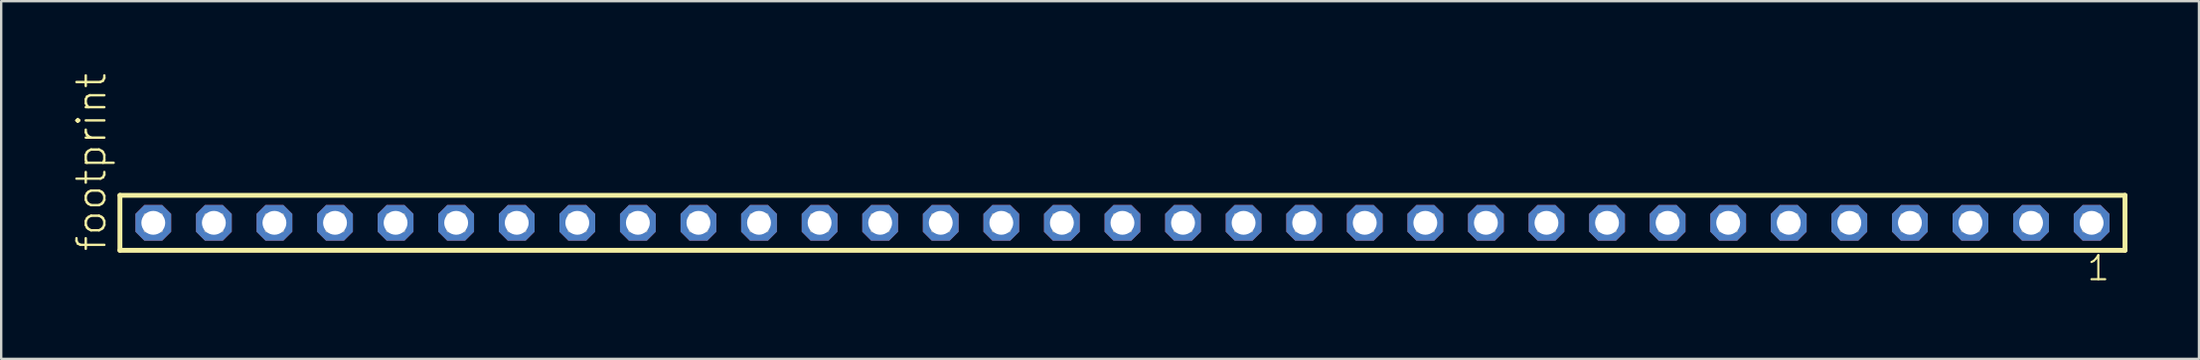
<source format=kicad_pcb>
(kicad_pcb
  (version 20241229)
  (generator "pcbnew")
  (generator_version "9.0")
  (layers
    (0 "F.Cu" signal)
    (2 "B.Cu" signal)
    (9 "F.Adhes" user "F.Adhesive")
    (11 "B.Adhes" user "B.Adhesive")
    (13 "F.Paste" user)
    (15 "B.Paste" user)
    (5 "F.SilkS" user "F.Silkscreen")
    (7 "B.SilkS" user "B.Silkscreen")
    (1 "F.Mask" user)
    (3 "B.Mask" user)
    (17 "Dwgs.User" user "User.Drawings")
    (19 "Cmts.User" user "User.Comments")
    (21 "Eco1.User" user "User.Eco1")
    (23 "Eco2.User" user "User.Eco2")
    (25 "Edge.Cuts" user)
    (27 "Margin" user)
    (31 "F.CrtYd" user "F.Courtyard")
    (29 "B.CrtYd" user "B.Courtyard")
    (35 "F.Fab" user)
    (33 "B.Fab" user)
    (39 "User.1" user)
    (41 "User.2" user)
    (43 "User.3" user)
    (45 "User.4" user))
  (footprint "footprint"
    (layer "F.Cu")
    (at 44.018 6.312)
    (property "Reference" "footprint" (at -42.545 1.27 90) (layer "F.SilkS") (effects (font (size 1.168 1.168) (thickness 0.102)) (justify left bottom)))
    (fp_line (start -42.039 -1.155) (end 42.039 -1.155) (stroke (width 0.203) (type solid)) (layer "F.SilkS"))
    (fp_line (start -42.039 1.155) (end -42.039 -1.155) (stroke (width 0.203) (type solid)) (layer "F.SilkS"))
    (fp_line (start 42.039 -1.155) (end 42.039 1.155) (stroke (width 0.203) (type solid)) (layer "F.SilkS"))
    (fp_line (start 42.039 1.155) (end -42.039 1.155) (stroke (width 0.203) (type solid)) (layer "F.SilkS"))
    (fp_poly (pts (xy -40.99 0.35) (xy -40.29 0.35) (xy -40.29 -0.35) (xy -40.99 -0.35)) (stroke (width 0.1) (type solid)) (fill no) (layer "F.Fab"))
    (fp_poly (pts (xy -38.45 0.35) (xy -37.75 0.35) (xy -37.75 -0.35) (xy -38.45 -0.35)) (stroke (width 0.1) (type solid)) (fill no) (layer "F.Fab"))
    (fp_poly (pts (xy -35.91 0.35) (xy -35.21 0.35) (xy -35.21 -0.35) (xy -35.91 -0.35)) (stroke (width 0.1) (type solid)) (fill no) (layer "F.Fab"))
    (fp_poly (pts (xy -33.37 0.35) (xy -32.67 0.35) (xy -32.67 -0.35) (xy -33.37 -0.35)) (stroke (width 0.1) (type solid)) (fill no) (layer "F.Fab"))
    (fp_poly (pts (xy -30.83 0.35) (xy -30.13 0.35) (xy -30.13 -0.35) (xy -30.83 -0.35)) (stroke (width 0.1) (type solid)) (fill no) (layer "F.Fab"))
    (fp_poly (pts (xy -28.29 0.35) (xy -27.59 0.35) (xy -27.59 -0.35) (xy -28.29 -0.35)) (stroke (width 0.1) (type solid)) (fill no) (layer "F.Fab"))
    (fp_poly (pts (xy -25.75 0.35) (xy -25.05 0.35) (xy -25.05 -0.35) (xy -25.75 -0.35)) (stroke (width 0.1) (type solid)) (fill no) (layer "F.Fab"))
    (fp_poly (pts (xy -23.21 0.35) (xy -22.51 0.35) (xy -22.51 -0.35) (xy -23.21 -0.35)) (stroke (width 0.1) (type solid)) (fill no) (layer "F.Fab"))
    (fp_poly (pts (xy -20.67 0.35) (xy -19.97 0.35) (xy -19.97 -0.35) (xy -20.67 -0.35)) (stroke (width 0.1) (type solid)) (fill no) (layer "F.Fab"))
    (fp_poly (pts (xy -18.13 0.35) (xy -17.43 0.35) (xy -17.43 -0.35) (xy -18.13 -0.35)) (stroke (width 0.1) (type solid)) (fill no) (layer "F.Fab"))
    (fp_poly (pts (xy -15.59 0.35) (xy -14.89 0.35) (xy -14.89 -0.35) (xy -15.59 -0.35)) (stroke (width 0.1) (type solid)) (fill no) (layer "F.Fab"))
    (fp_poly (pts (xy -13.05 0.35) (xy -12.35 0.35) (xy -12.35 -0.35) (xy -13.05 -0.35)) (stroke (width 0.1) (type solid)) (fill no) (layer "F.Fab"))
    (fp_poly (pts (xy -10.51 0.35) (xy -9.81 0.35) (xy -9.81 -0.35) (xy -10.51 -0.35)) (stroke (width 0.1) (type solid)) (fill no) (layer "F.Fab"))
    (fp_poly (pts (xy -7.97 0.35) (xy -7.27 0.35) (xy -7.27 -0.35) (xy -7.97 -0.35)) (stroke (width 0.1) (type solid)) (fill no) (layer "F.Fab"))
    (fp_poly (pts (xy -5.43 0.35) (xy -4.73 0.35) (xy -4.73 -0.35) (xy -5.43 -0.35)) (stroke (width 0.1) (type solid)) (fill no) (layer "F.Fab"))
    (fp_poly (pts (xy -2.89 0.35) (xy -2.19 0.35) (xy -2.19 -0.35) (xy -2.89 -0.35)) (stroke (width 0.1) (type solid)) (fill no) (layer "F.Fab"))
    (fp_poly (pts (xy -0.35 0.35) (xy 0.35 0.35) (xy 0.35 -0.35) (xy -0.35 -0.35)) (stroke (width 0.1) (type solid)) (fill no) (layer "F.Fab"))
    (fp_poly (pts (xy 2.19 0.35) (xy 2.89 0.35) (xy 2.89 -0.35) (xy 2.19 -0.35)) (stroke (width 0.1) (type solid)) (fill no) (layer "F.Fab"))
    (fp_poly (pts (xy 4.73 0.35) (xy 5.43 0.35) (xy 5.43 -0.35) (xy 4.73 -0.35)) (stroke (width 0.1) (type solid)) (fill no) (layer "F.Fab"))
    (fp_poly (pts (xy 7.27 0.35) (xy 7.97 0.35) (xy 7.97 -0.35) (xy 7.27 -0.35)) (stroke (width 0.1) (type solid)) (fill no) (layer "F.Fab"))
    (fp_poly (pts (xy 9.81 0.35) (xy 10.51 0.35) (xy 10.51 -0.35) (xy 9.81 -0.35)) (stroke (width 0.1) (type solid)) (fill no) (layer "F.Fab"))
    (fp_poly (pts (xy 12.35 0.35) (xy 13.05 0.35) (xy 13.05 -0.35) (xy 12.35 -0.35)) (stroke (width 0.1) (type solid)) (fill no) (layer "F.Fab"))
    (fp_poly (pts (xy 14.89 0.35) (xy 15.59 0.35) (xy 15.59 -0.35) (xy 14.89 -0.35)) (stroke (width 0.1) (type solid)) (fill no) (layer "F.Fab"))
    (fp_poly (pts (xy 17.43 0.35) (xy 18.13 0.35) (xy 18.13 -0.35) (xy 17.43 -0.35)) (stroke (width 0.1) (type solid)) (fill no) (layer "F.Fab"))
    (fp_poly (pts (xy 19.97 0.35) (xy 20.67 0.35) (xy 20.67 -0.35) (xy 19.97 -0.35)) (stroke (width 0.1) (type solid)) (fill no) (layer "F.Fab"))
    (fp_poly (pts (xy 22.51 0.35) (xy 23.21 0.35) (xy 23.21 -0.35) (xy 22.51 -0.35)) (stroke (width 0.1) (type solid)) (fill no) (layer "F.Fab"))
    (fp_poly (pts (xy 25.05 0.35) (xy 25.75 0.35) (xy 25.75 -0.35) (xy 25.05 -0.35)) (stroke (width 0.1) (type solid)) (fill no) (layer "F.Fab"))
    (fp_poly (pts (xy 27.59 0.35) (xy 28.29 0.35) (xy 28.29 -0.35) (xy 27.59 -0.35)) (stroke (width 0.1) (type solid)) (fill no) (layer "F.Fab"))
    (fp_poly (pts (xy 30.13 0.35) (xy 30.83 0.35) (xy 30.83 -0.35) (xy 30.13 -0.35)) (stroke (width 0.1) (type solid)) (fill no) (layer "F.Fab"))
    (fp_poly (pts (xy 32.67 0.35) (xy 33.37 0.35) (xy 33.37 -0.35) (xy 32.67 -0.35)) (stroke (width 0.1) (type solid)) (fill no) (layer "F.Fab"))
    (fp_poly (pts (xy 35.21 0.35) (xy 35.91 0.35) (xy 35.91 -0.35) (xy 35.21 -0.35)) (stroke (width 0.1) (type solid)) (fill no) (layer "F.Fab"))
    (fp_poly (pts (xy 37.75 0.35) (xy 38.45 0.35) (xy 38.45 -0.35) (xy 37.75 -0.35)) (stroke (width 0.1) (type solid)) (fill no) (layer "F.Fab"))
    (fp_poly (pts (xy 40.29 0.35) (xy 40.99 0.35) (xy 40.99 -0.35) (xy 40.29 -0.35)) (stroke (width 0.1) (type solid)) (fill no) (layer "F.Fab"))
    (fp_text user "1" (at 40.382 2.498 0) (layer "F.SilkS") (effects (font (size 1.012 1.012) (thickness 0.088)) (justify left bottom)))
    (pad "1" thru_hole roundrect (at 40.64 0 180) (size 1.5 1.5) (drill 1) (layers "*.Cu" "*.Mask") (roundrect_rratio 0.25) (chamfer_ratio 0.25) (chamfer top_left top_right bottom_left bottom_right))
    (pad "2" thru_hole roundrect (at 38.1 0 180) (size 1.5 1.5) (drill 1) (layers "*.Cu" "*.Mask") (roundrect_rratio 0.25) (chamfer_ratio 0.25) (chamfer top_left top_right bottom_left bottom_right))
    (pad "3" thru_hole roundrect (at 35.56 0 180) (size 1.5 1.5) (drill 1) (layers "*.Cu" "*.Mask") (roundrect_rratio 0.25) (chamfer_ratio 0.25) (chamfer top_left top_right bottom_left bottom_right))
    (pad "4" thru_hole roundrect (at 33.02 0 180) (size 1.5 1.5) (drill 1) (layers "*.Cu" "*.Mask") (roundrect_rratio 0.25) (chamfer_ratio 0.25) (chamfer top_left top_right bottom_left bottom_right))
    (pad "5" thru_hole roundrect (at 30.48 0 180) (size 1.5 1.5) (drill 1) (layers "*.Cu" "*.Mask") (roundrect_rratio 0.25) (chamfer_ratio 0.25) (chamfer top_left top_right bottom_left bottom_right))
    (pad "6" thru_hole roundrect (at 27.94 0 180) (size 1.5 1.5) (drill 1) (layers "*.Cu" "*.Mask") (roundrect_rratio 0.25) (chamfer_ratio 0.25) (chamfer top_left top_right bottom_left bottom_right))
    (pad "7" thru_hole roundrect (at 25.4 0 180) (size 1.5 1.5) (drill 1) (layers "*.Cu" "*.Mask") (roundrect_rratio 0.25) (chamfer_ratio 0.25) (chamfer top_left top_right bottom_left bottom_right))
    (pad "8" thru_hole roundrect (at 22.86 0 180) (size 1.5 1.5) (drill 1) (layers "*.Cu" "*.Mask") (roundrect_rratio 0.25) (chamfer_ratio 0.25) (chamfer top_left top_right bottom_left bottom_right))
    (pad "9" thru_hole roundrect (at 20.32 0 180) (size 1.5 1.5) (drill 1) (layers "*.Cu" "*.Mask") (roundrect_rratio 0.25) (chamfer_ratio 0.25) (chamfer top_left top_right bottom_left bottom_right))
    (pad "10" thru_hole roundrect (at 17.78 0 180) (size 1.5 1.5) (drill 1) (layers "*.Cu" "*.Mask") (roundrect_rratio 0.25) (chamfer_ratio 0.25) (chamfer top_left top_right bottom_left bottom_right))
    (pad "11" thru_hole roundrect (at 15.24 0 180) (size 1.5 1.5) (drill 1) (layers "*.Cu" "*.Mask") (roundrect_rratio 0.25) (chamfer_ratio 0.25) (chamfer top_left top_right bottom_left bottom_right))
    (pad "12" thru_hole roundrect (at 12.7 0 180) (size 1.5 1.5) (drill 1) (layers "*.Cu" "*.Mask") (roundrect_rratio 0.25) (chamfer_ratio 0.25) (chamfer top_left top_right bottom_left bottom_right))
    (pad "13" thru_hole roundrect (at 10.16 0 180) (size 1.5 1.5) (drill 1) (layers "*.Cu" "*.Mask") (roundrect_rratio 0.25) (chamfer_ratio 0.25) (chamfer top_left top_right bottom_left bottom_right))
    (pad "14" thru_hole roundrect (at 7.62 0 180) (size 1.5 1.5) (drill 1) (layers "*.Cu" "*.Mask") (roundrect_rratio 0.25) (chamfer_ratio 0.25) (chamfer top_left top_right bottom_left bottom_right))
    (pad "15" thru_hole roundrect (at 5.08 0 180) (size 1.5 1.5) (drill 1) (layers "*.Cu" "*.Mask") (roundrect_rratio 0.25) (chamfer_ratio 0.25) (chamfer top_left top_right bottom_left bottom_right))
    (pad "16" thru_hole roundrect (at 2.54 0 180) (size 1.5 1.5) (drill 1) (layers "*.Cu" "*.Mask") (roundrect_rratio 0.25) (chamfer_ratio 0.25) (chamfer top_left top_right bottom_left bottom_right))
    (pad "17" thru_hole roundrect (at 0 0 180) (size 1.5 1.5) (drill 1) (layers "*.Cu" "*.Mask") (roundrect_rratio 0.25) (chamfer_ratio 0.25) (chamfer top_left top_right bottom_left bottom_right))
    (pad "18" thru_hole roundrect (at -2.54 0 180) (size 1.5 1.5) (drill 1) (layers "*.Cu" "*.Mask") (roundrect_rratio 0.25) (chamfer_ratio 0.25) (chamfer top_left top_right bottom_left bottom_right))
    (pad "19" thru_hole roundrect (at -5.08 0 180) (size 1.5 1.5) (drill 1) (layers "*.Cu" "*.Mask") (roundrect_rratio 0.25) (chamfer_ratio 0.25) (chamfer top_left top_right bottom_left bottom_right))
    (pad "20" thru_hole roundrect (at -7.62 0 180) (size 1.5 1.5) (drill 1) (layers "*.Cu" "*.Mask") (roundrect_rratio 0.25) (chamfer_ratio 0.25) (chamfer top_left top_right bottom_left bottom_right))
    (pad "21" thru_hole roundrect (at -10.16 0 180) (size 1.5 1.5) (drill 1) (layers "*.Cu" "*.Mask") (roundrect_rratio 0.25) (chamfer_ratio 0.25) (chamfer top_left top_right bottom_left bottom_right))
    (pad "22" thru_hole roundrect (at -12.7 0 180) (size 1.5 1.5) (drill 1) (layers "*.Cu" "*.Mask") (roundrect_rratio 0.25) (chamfer_ratio 0.25) (chamfer top_left top_right bottom_left bottom_right))
    (pad "23" thru_hole roundrect (at -15.24 0 180) (size 1.5 1.5) (drill 1) (layers "*.Cu" "*.Mask") (roundrect_rratio 0.25) (chamfer_ratio 0.25) (chamfer top_left top_right bottom_left bottom_right))
    (pad "24" thru_hole roundrect (at -17.78 0 180) (size 1.5 1.5) (drill 1) (layers "*.Cu" "*.Mask") (roundrect_rratio 0.25) (chamfer_ratio 0.25) (chamfer top_left top_right bottom_left bottom_right))
    (pad "25" thru_hole roundrect (at -20.32 0 180) (size 1.5 1.5) (drill 1) (layers "*.Cu" "*.Mask") (roundrect_rratio 0.25) (chamfer_ratio 0.25) (chamfer top_left top_right bottom_left bottom_right))
    (pad "26" thru_hole roundrect (at -22.86 0 180) (size 1.5 1.5) (drill 1) (layers "*.Cu" "*.Mask") (roundrect_rratio 0.25) (chamfer_ratio 0.25) (chamfer top_left top_right bottom_left bottom_right))
    (pad "27" thru_hole roundrect (at -25.4 0 180) (size 1.5 1.5) (drill 1) (layers "*.Cu" "*.Mask") (roundrect_rratio 0.25) (chamfer_ratio 0.25) (chamfer top_left top_right bottom_left bottom_right))
    (pad "28" thru_hole roundrect (at -27.94 0 180) (size 1.5 1.5) (drill 1) (layers "*.Cu" "*.Mask") (roundrect_rratio 0.25) (chamfer_ratio 0.25) (chamfer top_left top_right bottom_left bottom_right))
    (pad "29" thru_hole roundrect (at -30.48 0 180) (size 1.5 1.5) (drill 1) (layers "*.Cu" "*.Mask") (roundrect_rratio 0.25) (chamfer_ratio 0.25) (chamfer top_left top_right bottom_left bottom_right))
    (pad "30" thru_hole roundrect (at -33.02 0 180) (size 1.5 1.5) (drill 1) (layers "*.Cu" "*.Mask") (roundrect_rratio 0.25) (chamfer_ratio 0.25) (chamfer top_left top_right bottom_left bottom_right))
    (pad "31" thru_hole roundrect (at -35.56 0 180) (size 1.5 1.5) (drill 1) (layers "*.Cu" "*.Mask") (roundrect_rratio 0.25) (chamfer_ratio 0.25) (chamfer top_left top_right bottom_left bottom_right))
    (pad "32" thru_hole roundrect (at -38.1 0 180) (size 1.5 1.5) (drill 1) (layers "*.Cu" "*.Mask") (roundrect_rratio 0.25) (chamfer_ratio 0.25) (chamfer top_left top_right bottom_left bottom_right))
    (pad "33" thru_hole roundrect (at -40.64 0 180) (size 1.5 1.5) (drill 1) (layers "*.Cu" "*.Mask") (roundrect_rratio 0.25) (chamfer_ratio 0.25) (chamfer top_left top_right bottom_left bottom_right)))
  (gr_rect
    (start -3 -3)
    (end 89.159 12.027)
    (stroke (width 0.1) (type default))
    (fill no)
    (layer "Edge.Cuts")))
</source>
